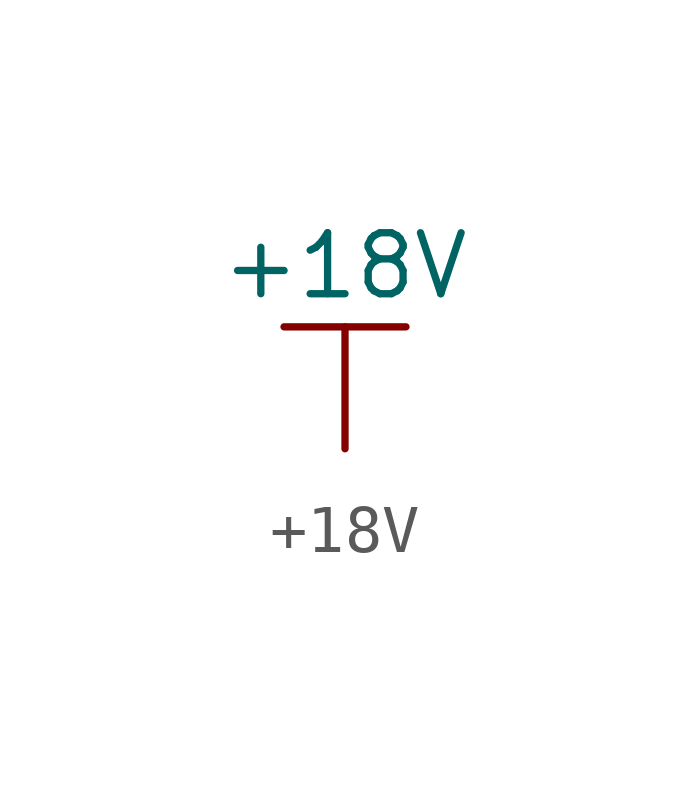
<source format=kicad_sym>
(kicad_symbol_lib
  (version 20211014)
  (generator kicad_symbol_editor)
  (symbol "+18V"
    (power)
    (pin_names
      (offset 0))
    (property "Reference" "#PWR"
      (at 0 -3.81 0)
      (effects (font (size 1.27 1.27)) hide))
    (property "Value" "+18V"
      (at 0 3.81 0)
      (effects (font (size 1.27 1.27))))
    (symbol "+18V_0_1"
      (polyline (pts (xy -1.27 2.54) (xy 1.27 2.54)) (stroke (width 0) (type default) (color 0 0 0 0)) (fill (type none)))
      (polyline (pts (xy 0 0) (xy 0 2.54)) (stroke (width 0) (type default) (color 0 0 0 0)) (fill (type none))))
    (symbol "+18V_1_1"
      (pin power_in line (at 0 0 90) (length 0) hide (name "+18V" (effects (font (size 1.27 1.27)))) (number "1" (effects (font (size 1.27 1.27))))))))
</source>
